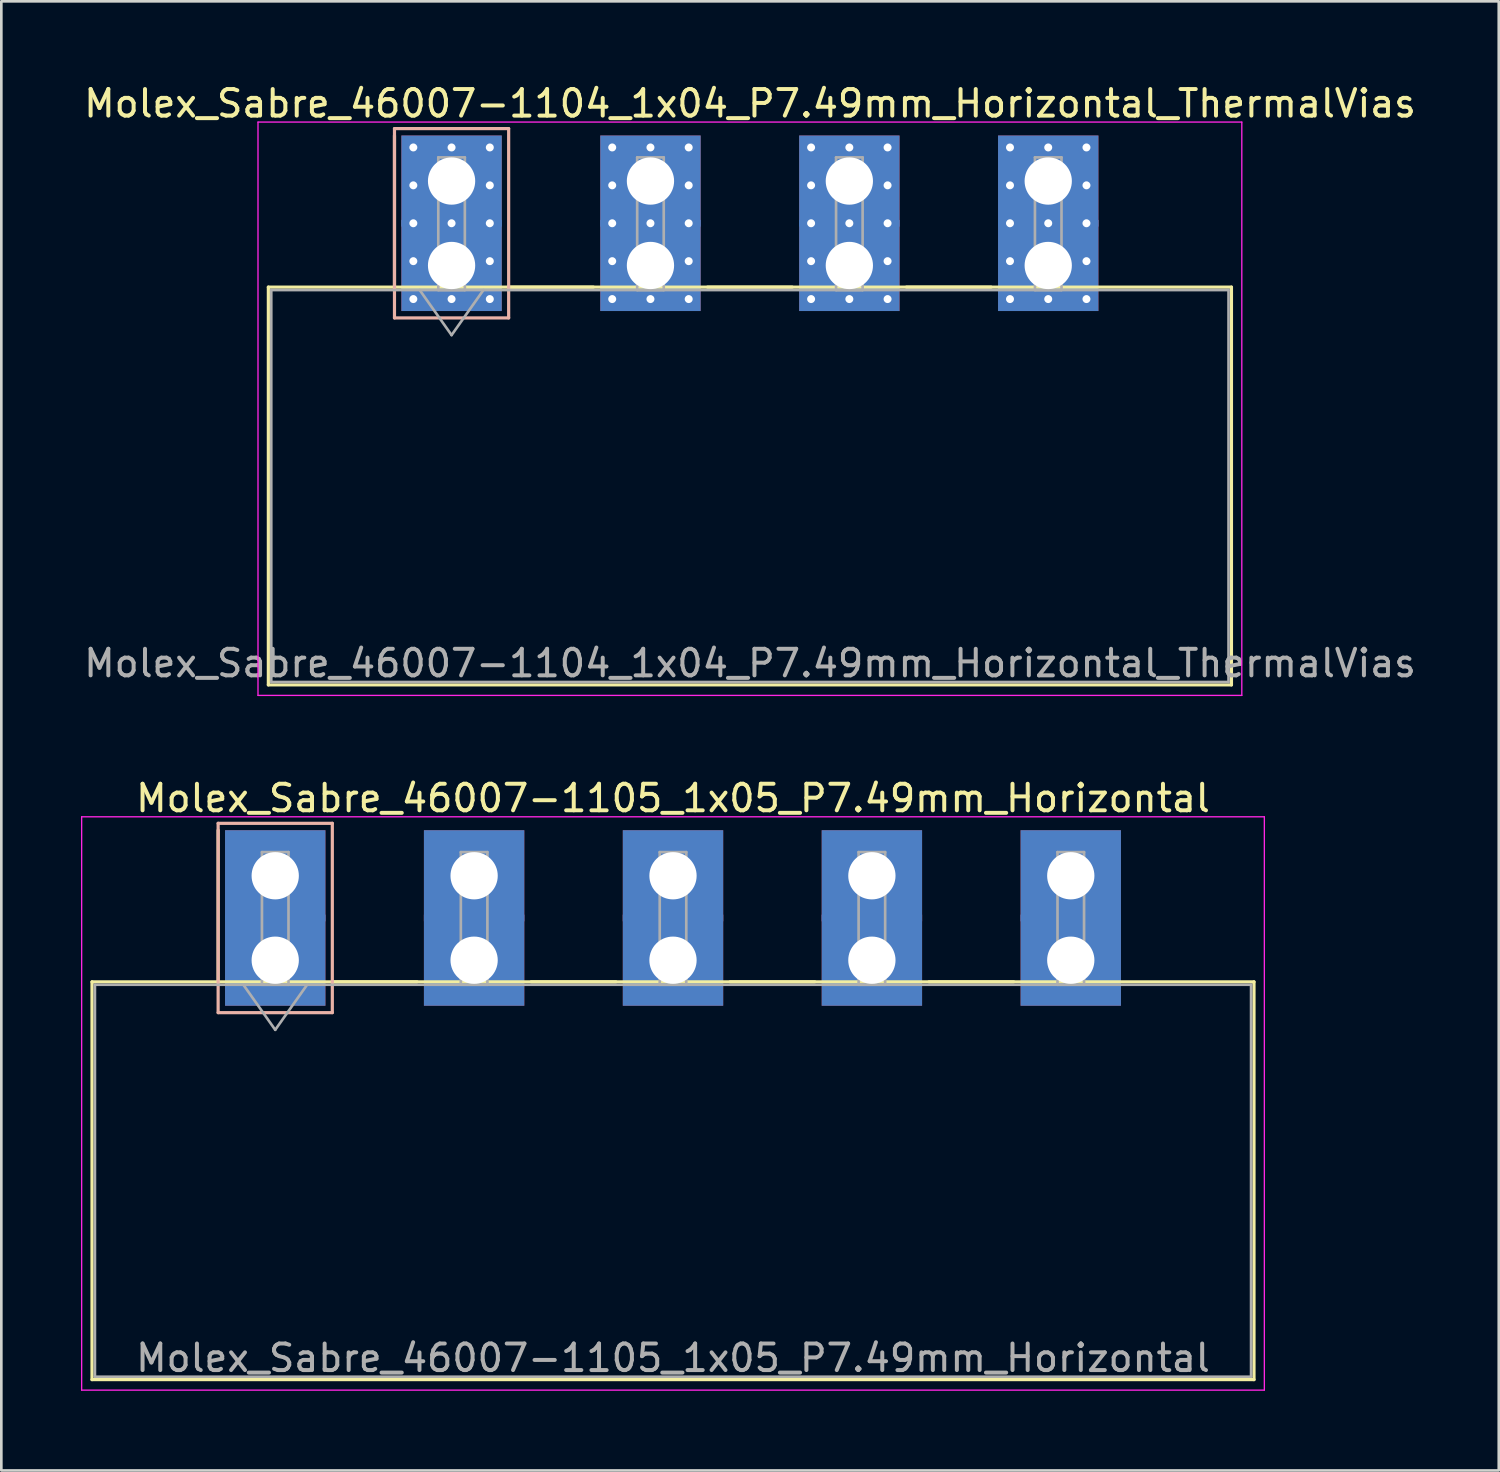
<source format=kicad_pcb>
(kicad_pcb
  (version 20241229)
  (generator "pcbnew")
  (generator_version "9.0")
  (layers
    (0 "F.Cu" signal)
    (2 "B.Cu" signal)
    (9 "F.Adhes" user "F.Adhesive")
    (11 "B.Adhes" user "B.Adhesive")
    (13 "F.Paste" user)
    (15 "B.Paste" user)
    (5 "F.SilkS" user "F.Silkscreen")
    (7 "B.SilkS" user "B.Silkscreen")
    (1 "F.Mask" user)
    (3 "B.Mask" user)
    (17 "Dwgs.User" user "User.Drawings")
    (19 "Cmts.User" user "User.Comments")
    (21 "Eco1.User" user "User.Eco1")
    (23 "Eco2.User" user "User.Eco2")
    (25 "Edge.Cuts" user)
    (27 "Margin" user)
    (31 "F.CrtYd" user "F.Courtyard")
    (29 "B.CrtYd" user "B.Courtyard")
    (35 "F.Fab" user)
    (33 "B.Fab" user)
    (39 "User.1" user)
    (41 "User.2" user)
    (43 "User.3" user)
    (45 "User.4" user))
  (footprint "Molex_Sabre_46007-1105_1x05_P7.49mm_Horizontal"
    (layer "F.Cu")
    (at 7.315 33.111)
    (property "Reference" "Molex_Sabre_46007-1105_1x05_P7.49mm_Horizontal" (at 14.98 -6.1 0) (layer "F.SilkS") (effects (font (size 1 1) (thickness 0.15))))
    (attr through_hole)
    (fp_line (start -6.9 0.815) (end -6.9 15.795) (stroke (width 0.12) (type solid)) (layer "F.SilkS"))
    (fp_line (start -6.9 15.795) (end 36.86 15.795) (stroke (width 0.12) (type solid)) (layer "F.SilkS"))
    (fp_line (start -2.15 0.815) (end -2.15 -4.895) (stroke (width 0.12) (type solid)) (layer "F.SilkS"))
    (fp_line (start 2.15 0.815) (end 5.34 0.815) (stroke (width 0.12) (type solid)) (layer "F.SilkS"))
    (fp_line (start 9.64 0.815) (end 12.83 0.815) (stroke (width 0.12) (type solid)) (layer "F.SilkS"))
    (fp_line (start 17.13 0.815) (end 20.32 0.815) (stroke (width 0.12) (type solid)) (layer "F.SilkS"))
    (fp_line (start 24.62 0.815) (end 27.81 0.815) (stroke (width 0.12) (type solid)) (layer "F.SilkS"))
    (fp_line (start 36.86 0.815) (end -6.9 0.815) (stroke (width 0.12) (type solid)) (layer "F.SilkS"))
    (fp_line (start 36.86 15.795) (end 36.86 0.815) (stroke (width 0.12) (type solid)) (layer "F.SilkS"))
    (fp_line (start -2.15 -5.155) (end -2.15 1.975) (stroke (width 0.12) (type solid)) (layer "B.SilkS"))
    (fp_line (start -2.15 1.975) (end 2.15 1.975) (stroke (width 0.12) (type solid)) (layer "B.SilkS"))
    (fp_line (start 2.15 -5.155) (end -2.15 -5.155) (stroke (width 0.12) (type solid)) (layer "B.SilkS"))
    (fp_line (start 2.15 1.975) (end 2.15 -5.155) (stroke (width 0.12) (type solid)) (layer "B.SilkS"))
    (fp_line (start -7.29 -5.4) (end -7.29 16.19) (stroke (width 0.05) (type solid)) (layer "F.CrtYd"))
    (fp_line (start -7.29 16.19) (end 37.25 16.19) (stroke (width 0.05) (type solid)) (layer "F.CrtYd"))
    (fp_line (start 37.25 -5.4) (end -7.29 -5.4) (stroke (width 0.05) (type solid)) (layer "F.CrtYd"))
    (fp_line (start 37.25 16.19) (end 37.25 -5.4) (stroke (width 0.05) (type solid)) (layer "F.CrtYd"))
    (fp_line (start -6.79 0.925) (end -6.79 15.685) (stroke (width 0.1) (type solid)) (layer "F.Fab"))
    (fp_line (start -6.79 15.685) (end 36.75 15.685) (stroke (width 0.1) (type solid)) (layer "F.Fab"))
    (fp_line (start -1.2 0.925) (end 0 2.622) (stroke (width 0.1) (type solid)) (layer "F.Fab"))
    (fp_line (start -0.5 -4.07) (end 0.5 -4.07) (stroke (width 0.1) (type solid)) (layer "F.Fab"))
    (fp_line (start -0.5 0.925) (end -0.5 -4.07) (stroke (width 0.1) (type solid)) (layer "F.Fab"))
    (fp_line (start 0 2.622) (end 1.2 0.925) (stroke (width 0.1) (type solid)) (layer "F.Fab"))
    (fp_line (start 0.5 -4.07) (end 0.5 0.925) (stroke (width 0.1) (type solid)) (layer "F.Fab"))
    (fp_line (start 0.5 0.925) (end -0.5 0.925) (stroke (width 0.1) (type solid)) (layer "F.Fab"))
    (fp_line (start 6.99 -4.07) (end 7.99 -4.07) (stroke (width 0.1) (type solid)) (layer "F.Fab"))
    (fp_line (start 6.99 0.925) (end 6.99 -4.07) (stroke (width 0.1) (type solid)) (layer "F.Fab"))
    (fp_line (start 7.99 -4.07) (end 7.99 0.925) (stroke (width 0.1) (type solid)) (layer "F.Fab"))
    (fp_line (start 7.99 0.925) (end 6.99 0.925) (stroke (width 0.1) (type solid)) (layer "F.Fab"))
    (fp_line (start 14.48 -4.07) (end 15.48 -4.07) (stroke (width 0.1) (type solid)) (layer "F.Fab"))
    (fp_line (start 14.48 0.925) (end 14.48 -4.07) (stroke (width 0.1) (type solid)) (layer "F.Fab"))
    (fp_line (start 15.48 -4.07) (end 15.48 0.925) (stroke (width 0.1) (type solid)) (layer "F.Fab"))
    (fp_line (start 15.48 0.925) (end 14.48 0.925) (stroke (width 0.1) (type solid)) (layer "F.Fab"))
    (fp_line (start 21.97 -4.07) (end 22.97 -4.07) (stroke (width 0.1) (type solid)) (layer "F.Fab"))
    (fp_line (start 21.97 0.925) (end 21.97 -4.07) (stroke (width 0.1) (type solid)) (layer "F.Fab"))
    (fp_line (start 22.97 -4.07) (end 22.97 0.925) (stroke (width 0.1) (type solid)) (layer "F.Fab"))
    (fp_line (start 22.97 0.925) (end 21.97 0.925) (stroke (width 0.1) (type solid)) (layer "F.Fab"))
    (fp_line (start 29.46 -4.07) (end 30.46 -4.07) (stroke (width 0.1) (type solid)) (layer "F.Fab"))
    (fp_line (start 29.46 0.925) (end 29.46 -4.07) (stroke (width 0.1) (type solid)) (layer "F.Fab"))
    (fp_line (start 30.46 -4.07) (end 30.46 0.925) (stroke (width 0.1) (type solid)) (layer "F.Fab"))
    (fp_line (start 30.46 0.925) (end 29.46 0.925) (stroke (width 0.1) (type solid)) (layer "F.Fab"))
    (fp_line (start 36.75 0.925) (end -6.79 0.925) (stroke (width 0.1) (type solid)) (layer "F.Fab"))
    (fp_line (start 36.75 15.685) (end 36.75 0.925) (stroke (width 0.1) (type solid)) (layer "F.Fab"))
    (fp_text user "${REFERENCE}" (at 14.98 14.98 0) (layer "F.Fab") (effects (font (size 1 1) (thickness 0.15))))
    (pad "1" thru_hole rect (at 0 -3.18) (size 3.78 3.43) (drill 1.78) (layers "*.Cu" "*.Mask"))
    (pad "1" thru_hole rect (at 0 0) (size 3.78 3.43) (drill 1.78) (layers "*.Cu" "*.Mask"))
    (pad "2" thru_hole rect (at 7.49 -3.18) (size 3.78 3.43) (drill 1.78) (layers "*.Cu" "*.Mask"))
    (pad "2" thru_hole rect (at 7.49 0) (size 3.78 3.43) (drill 1.78) (layers "*.Cu" "*.Mask"))
    (pad "3" thru_hole rect (at 14.98 -3.18) (size 3.78 3.43) (drill 1.78) (layers "*.Cu" "*.Mask"))
    (pad "3" thru_hole rect (at 14.98 0) (size 3.78 3.43) (drill 1.78) (layers "*.Cu" "*.Mask"))
    (pad "4" thru_hole rect (at 22.47 -3.18) (size 3.78 3.43) (drill 1.78) (layers "*.Cu" "*.Mask"))
    (pad "4" thru_hole rect (at 22.47 0) (size 3.78 3.43) (drill 1.78) (layers "*.Cu" "*.Mask"))
    (pad "5" thru_hole rect (at 29.96 -3.18) (size 3.78 3.43) (drill 1.78) (layers "*.Cu" "*.Mask"))
    (pad "5" thru_hole rect (at 29.96 0) (size 3.78 3.43) (drill 1.78) (layers "*.Cu" "*.Mask")))
  (footprint "Molex_Sabre_46007-1104_1x04_P7.49mm_Horizontal_ThermalVias"
    (layer "F.Cu")
    (at 13.956 6.948)
    (property "Reference" "Molex_Sabre_46007-1104_1x04_P7.49mm_Horizontal_ThermalVias" (at 11.24 -6.1 0) (layer "F.SilkS") (effects (font (size 1 1) (thickness 0.15))))
    (attr through_hole)
    (fp_line (start -6.9 0.815) (end -6.9 15.795) (stroke (width 0.12) (type solid)) (layer "F.SilkS"))
    (fp_line (start -6.9 15.795) (end 29.37 15.795) (stroke (width 0.12) (type solid)) (layer "F.SilkS"))
    (fp_line (start -2.15 0.815) (end -2.15 -4.895) (stroke (width 0.12) (type solid)) (layer "F.SilkS"))
    (fp_line (start 2.15 0.815) (end 5.34 0.815) (stroke (width 0.12) (type solid)) (layer "F.SilkS"))
    (fp_line (start 9.64 0.815) (end 12.83 0.815) (stroke (width 0.12) (type solid)) (layer "F.SilkS"))
    (fp_line (start 17.13 0.815) (end 20.32 0.815) (stroke (width 0.12) (type solid)) (layer "F.SilkS"))
    (fp_line (start 29.37 0.815) (end -6.9 0.815) (stroke (width 0.12) (type solid)) (layer "F.SilkS"))
    (fp_line (start 29.37 15.795) (end 29.37 0.815) (stroke (width 0.12) (type solid)) (layer "F.SilkS"))
    (fp_line (start -2.15 -5.155) (end -2.15 1.975) (stroke (width 0.12) (type solid)) (layer "B.SilkS"))
    (fp_line (start -2.15 1.975) (end 2.15 1.975) (stroke (width 0.12) (type solid)) (layer "B.SilkS"))
    (fp_line (start 2.15 -5.155) (end -2.15 -5.155) (stroke (width 0.12) (type solid)) (layer "B.SilkS"))
    (fp_line (start 2.15 1.975) (end 2.15 -5.155) (stroke (width 0.12) (type solid)) (layer "B.SilkS"))
    (fp_line (start -7.29 -5.4) (end -7.29 16.19) (stroke (width 0.05) (type solid)) (layer "F.CrtYd"))
    (fp_line (start -7.29 16.19) (end 29.76 16.19) (stroke (width 0.05) (type solid)) (layer "F.CrtYd"))
    (fp_line (start 29.76 -5.4) (end -7.29 -5.4) (stroke (width 0.05) (type solid)) (layer "F.CrtYd"))
    (fp_line (start 29.76 16.19) (end 29.76 -5.4) (stroke (width 0.05) (type solid)) (layer "F.CrtYd"))
    (fp_line (start -6.79 0.925) (end -6.79 15.685) (stroke (width 0.1) (type solid)) (layer "F.Fab"))
    (fp_line (start -6.79 15.685) (end 29.26 15.685) (stroke (width 0.1) (type solid)) (layer "F.Fab"))
    (fp_line (start -1.2 0.925) (end 0 2.622) (stroke (width 0.1) (type solid)) (layer "F.Fab"))
    (fp_line (start -0.5 -4.07) (end 0.5 -4.07) (stroke (width 0.1) (type solid)) (layer "F.Fab"))
    (fp_line (start -0.5 0.925) (end -0.5 -4.07) (stroke (width 0.1) (type solid)) (layer "F.Fab"))
    (fp_line (start 0 2.622) (end 1.2 0.925) (stroke (width 0.1) (type solid)) (layer "F.Fab"))
    (fp_line (start 0.5 -4.07) (end 0.5 0.925) (stroke (width 0.1) (type solid)) (layer "F.Fab"))
    (fp_line (start 0.5 0.925) (end -0.5 0.925) (stroke (width 0.1) (type solid)) (layer "F.Fab"))
    (fp_line (start 6.99 -4.07) (end 7.99 -4.07) (stroke (width 0.1) (type solid)) (layer "F.Fab"))
    (fp_line (start 6.99 0.925) (end 6.99 -4.07) (stroke (width 0.1) (type solid)) (layer "F.Fab"))
    (fp_line (start 7.99 -4.07) (end 7.99 0.925) (stroke (width 0.1) (type solid)) (layer "F.Fab"))
    (fp_line (start 7.99 0.925) (end 6.99 0.925) (stroke (width 0.1) (type solid)) (layer "F.Fab"))
    (fp_line (start 14.48 -4.07) (end 15.48 -4.07) (stroke (width 0.1) (type solid)) (layer "F.Fab"))
    (fp_line (start 14.48 0.925) (end 14.48 -4.07) (stroke (width 0.1) (type solid)) (layer "F.Fab"))
    (fp_line (start 15.48 -4.07) (end 15.48 0.925) (stroke (width 0.1) (type solid)) (layer "F.Fab"))
    (fp_line (start 15.48 0.925) (end 14.48 0.925) (stroke (width 0.1) (type solid)) (layer "F.Fab"))
    (fp_line (start 21.97 -4.07) (end 22.97 -4.07) (stroke (width 0.1) (type solid)) (layer "F.Fab"))
    (fp_line (start 21.97 0.925) (end 21.97 -4.07) (stroke (width 0.1) (type solid)) (layer "F.Fab"))
    (fp_line (start 22.97 -4.07) (end 22.97 0.925) (stroke (width 0.1) (type solid)) (layer "F.Fab"))
    (fp_line (start 22.97 0.925) (end 21.97 0.925) (stroke (width 0.1) (type solid)) (layer "F.Fab"))
    (fp_line (start 29.26 0.925) (end -6.79 0.925) (stroke (width 0.1) (type solid)) (layer "F.Fab"))
    (fp_line (start 29.26 15.685) (end 29.26 0.925) (stroke (width 0.1) (type solid)) (layer "F.Fab"))
    (fp_text user "${REFERENCE}" (at 11.24 14.98 0) (layer "F.Fab") (effects (font (size 1 1) (thickness 0.15))))
    (pad "1" thru_hole rect (at -1.44 -4.445) (size 0.6 0.6) (drill 0.3) (layers "*.Cu" "*.Mask"))
    (pad "1" thru_hole rect (at -1.44 -3.018) (size 0.6 0.6) (drill 0.3) (layers "*.Cu" "*.Mask"))
    (pad "1" thru_hole rect (at -1.44 -1.59) (size 0.6 0.6) (drill 0.3) (layers "*.Cu" "*.Mask"))
    (pad "1" thru_hole rect (at -1.44 -0.163) (size 0.6 0.6) (drill 0.3) (layers "*.Cu" "*.Mask"))
    (pad "1" thru_hole rect (at -1.44 1.265) (size 0.6 0.6) (drill 0.3) (layers "*.Cu" "*.Mask"))
    (pad "1" thru_hole rect (at 0 -4.445) (size 0.6 0.6) (drill 0.3) (layers "*.Cu" "*.Mask"))
    (pad "1" thru_hole rect (at 0 -3.18) (size 3.78 3.43) (drill 1.78) (layers "*.Cu" "*.Mask"))
    (pad "1" thru_hole rect (at 0 -1.59) (size 0.6 0.6) (drill 0.3) (layers "*.Cu" "*.Mask"))
    (pad "1" thru_hole rect (at 0 0) (size 3.78 3.43) (drill 1.78) (layers "*.Cu" "*.Mask"))
    (pad "1" thru_hole rect (at 0 1.265) (size 0.6 0.6) (drill 0.3) (layers "*.Cu" "*.Mask"))
    (pad "1" thru_hole rect (at 1.44 -4.445) (size 0.6 0.6) (drill 0.3) (layers "*.Cu" "*.Mask"))
    (pad "1" thru_hole rect (at 1.44 -3.018) (size 0.6 0.6) (drill 0.3) (layers "*.Cu" "*.Mask"))
    (pad "1" thru_hole rect (at 1.44 -1.59) (size 0.6 0.6) (drill 0.3) (layers "*.Cu" "*.Mask"))
    (pad "1" thru_hole rect (at 1.44 -0.163) (size 0.6 0.6) (drill 0.3) (layers "*.Cu" "*.Mask"))
    (pad "1" thru_hole rect (at 1.44 1.265) (size 0.6 0.6) (drill 0.3) (layers "*.Cu" "*.Mask"))
    (pad "2" thru_hole circle (at 6.05 -4.445) (size 0.6 0.6) (drill 0.3) (layers "*.Cu" "*.Mask"))
    (pad "2" thru_hole circle (at 6.05 -3.018) (size 0.6 0.6) (drill 0.3) (layers "*.Cu" "*.Mask"))
    (pad "2" thru_hole circle (at 6.05 -1.59) (size 0.6 0.6) (drill 0.3) (layers "*.Cu" "*.Mask"))
    (pad "2" thru_hole circle (at 6.05 -0.163) (size 0.6 0.6) (drill 0.3) (layers "*.Cu" "*.Mask"))
    (pad "2" thru_hole circle (at 6.05 1.265) (size 0.6 0.6) (drill 0.3) (layers "*.Cu" "*.Mask"))
    (pad "2" thru_hole circle (at 7.49 -4.445) (size 0.6 0.6) (drill 0.3) (layers "*.Cu" "*.Mask"))
    (pad "2" thru_hole rect (at 7.49 -3.18) (size 3.78 3.43) (drill 1.78) (layers "*.Cu" "*.Mask"))
    (pad "2" thru_hole circle (at 7.49 -1.59) (size 0.6 0.6) (drill 0.3) (layers "*.Cu" "*.Mask"))
    (pad "2" thru_hole rect (at 7.49 0) (size 3.78 3.43) (drill 1.78) (layers "*.Cu" "*.Mask"))
    (pad "2" thru_hole circle (at 7.49 1.265) (size 0.6 0.6) (drill 0.3) (layers "*.Cu" "*.Mask"))
    (pad "2" thru_hole circle (at 8.93 -4.445) (size 0.6 0.6) (drill 0.3) (layers "*.Cu" "*.Mask"))
    (pad "2" thru_hole circle (at 8.93 -3.018) (size 0.6 0.6) (drill 0.3) (layers "*.Cu" "*.Mask"))
    (pad "2" thru_hole circle (at 8.93 -1.59) (size 0.6 0.6) (drill 0.3) (layers "*.Cu" "*.Mask"))
    (pad "2" thru_hole circle (at 8.93 -0.163) (size 0.6 0.6) (drill 0.3) (layers "*.Cu" "*.Mask"))
    (pad "2" thru_hole circle (at 8.93 1.265) (size 0.6 0.6) (drill 0.3) (layers "*.Cu" "*.Mask"))
    (pad "3" thru_hole circle (at 13.54 -4.445) (size 0.6 0.6) (drill 0.3) (layers "*.Cu" "*.Mask"))
    (pad "3" thru_hole circle (at 13.54 -3.018) (size 0.6 0.6) (drill 0.3) (layers "*.Cu" "*.Mask"))
    (pad "3" thru_hole circle (at 13.54 -1.59) (size 0.6 0.6) (drill 0.3) (layers "*.Cu" "*.Mask"))
    (pad "3" thru_hole circle (at 13.54 -0.163) (size 0.6 0.6) (drill 0.3) (layers "*.Cu" "*.Mask"))
    (pad "3" thru_hole circle (at 13.54 1.265) (size 0.6 0.6) (drill 0.3) (layers "*.Cu" "*.Mask"))
    (pad "3" thru_hole circle (at 14.98 -4.445) (size 0.6 0.6) (drill 0.3) (layers "*.Cu" "*.Mask"))
    (pad "3" thru_hole rect (at 14.98 -3.18) (size 3.78 3.43) (drill 1.78) (layers "*.Cu" "*.Mask"))
    (pad "3" thru_hole circle (at 14.98 -1.59) (size 0.6 0.6) (drill 0.3) (layers "*.Cu" "*.Mask"))
    (pad "3" thru_hole rect (at 14.98 0) (size 3.78 3.43) (drill 1.78) (layers "*.Cu" "*.Mask"))
    (pad "3" thru_hole circle (at 14.98 1.265) (size 0.6 0.6) (drill 0.3) (layers "*.Cu" "*.Mask"))
    (pad "3" thru_hole circle (at 16.42 -4.445) (size 0.6 0.6) (drill 0.3) (layers "*.Cu" "*.Mask"))
    (pad "3" thru_hole circle (at 16.42 -3.018) (size 0.6 0.6) (drill 0.3) (layers "*.Cu" "*.Mask"))
    (pad "3" thru_hole circle (at 16.42 -1.59) (size 0.6 0.6) (drill 0.3) (layers "*.Cu" "*.Mask"))
    (pad "3" thru_hole circle (at 16.42 -0.163) (size 0.6 0.6) (drill 0.3) (layers "*.Cu" "*.Mask"))
    (pad "3" thru_hole circle (at 16.42 1.265) (size 0.6 0.6) (drill 0.3) (layers "*.Cu" "*.Mask"))
    (pad "4" thru_hole circle (at 21.03 -4.445) (size 0.6 0.6) (drill 0.3) (layers "*.Cu" "*.Mask"))
    (pad "4" thru_hole circle (at 21.03 -3.018) (size 0.6 0.6) (drill 0.3) (layers "*.Cu" "*.Mask"))
    (pad "4" thru_hole circle (at 21.03 -1.59) (size 0.6 0.6) (drill 0.3) (layers "*.Cu" "*.Mask"))
    (pad "4" thru_hole circle (at 21.03 -0.163) (size 0.6 0.6) (drill 0.3) (layers "*.Cu" "*.Mask"))
    (pad "4" thru_hole circle (at 21.03 1.265) (size 0.6 0.6) (drill 0.3) (layers "*.Cu" "*.Mask"))
    (pad "4" thru_hole circle (at 22.47 -4.445) (size 0.6 0.6) (drill 0.3) (layers "*.Cu" "*.Mask"))
    (pad "4" thru_hole rect (at 22.47 -3.18) (size 3.78 3.43) (drill 1.78) (layers "*.Cu" "*.Mask"))
    (pad "4" thru_hole circle (at 22.47 -1.59) (size 0.6 0.6) (drill 0.3) (layers "*.Cu" "*.Mask"))
    (pad "4" thru_hole rect (at 22.47 0) (size 3.78 3.43) (drill 1.78) (layers "*.Cu" "*.Mask"))
    (pad "4" thru_hole circle (at 22.47 1.265) (size 0.6 0.6) (drill 0.3) (layers "*.Cu" "*.Mask"))
    (pad "4" thru_hole circle (at 23.91 -4.445) (size 0.6 0.6) (drill 0.3) (layers "*.Cu" "*.Mask"))
    (pad "4" thru_hole circle (at 23.91 -3.018) (size 0.6 0.6) (drill 0.3) (layers "*.Cu" "*.Mask"))
    (pad "4" thru_hole circle (at 23.91 -1.59) (size 0.6 0.6) (drill 0.3) (layers "*.Cu" "*.Mask"))
    (pad "4" thru_hole circle (at 23.91 -0.163) (size 0.6 0.6) (drill 0.3) (layers "*.Cu" "*.Mask"))
    (pad "4" thru_hole circle (at 23.91 1.265) (size 0.6 0.6) (drill 0.3) (layers "*.Cu" "*.Mask")))
  (gr_rect
    (start -3 -3)
    (end 53.393 52.327)
    (stroke (width 0.1) (type default))
    (fill no)
    (layer "Edge.Cuts")))
</source>
